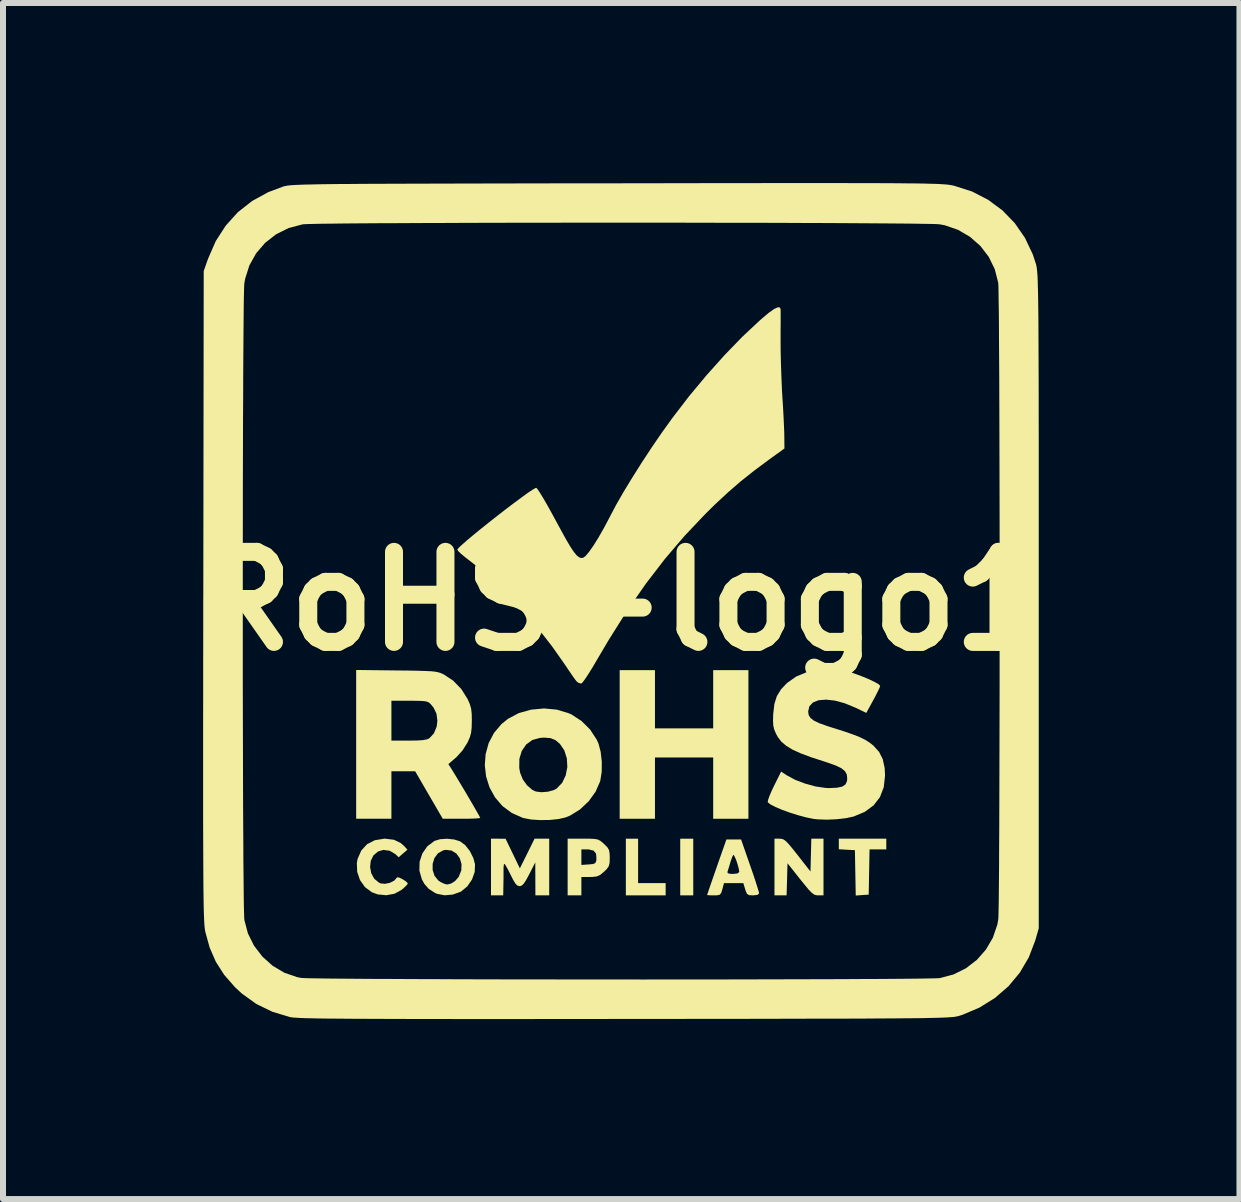
<source format=kicad_pcb>
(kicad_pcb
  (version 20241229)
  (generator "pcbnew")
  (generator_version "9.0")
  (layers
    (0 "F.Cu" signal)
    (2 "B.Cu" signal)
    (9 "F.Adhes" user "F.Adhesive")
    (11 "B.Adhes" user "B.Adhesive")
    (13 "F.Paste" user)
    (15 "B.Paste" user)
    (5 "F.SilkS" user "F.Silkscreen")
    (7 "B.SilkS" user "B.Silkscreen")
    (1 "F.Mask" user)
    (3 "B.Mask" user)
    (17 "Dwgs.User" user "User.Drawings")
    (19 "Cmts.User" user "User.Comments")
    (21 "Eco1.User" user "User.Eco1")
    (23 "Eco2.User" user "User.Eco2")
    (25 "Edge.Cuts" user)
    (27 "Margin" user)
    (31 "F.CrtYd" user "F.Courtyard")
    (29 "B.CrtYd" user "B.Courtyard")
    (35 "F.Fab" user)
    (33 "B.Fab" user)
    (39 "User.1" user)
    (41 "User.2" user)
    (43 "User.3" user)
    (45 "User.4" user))
  (footprint "RoHS-logo1"
    (layer "F.Cu")
    (at 7.3 6.966)
    (property "Reference" "RoHS-logo1" (at 0 0 0) (layer "F.SilkS") (effects (font (size 1.5 1.5) (thickness 0.3))))
    (attr board_only exclude_from_pos_files exclude_from_bom)
    (fp_poly (pts (xy 1.2 4.429) (xy 1.2 4.901) (xy 1.091 4.901) (xy 0.983 4.901) (xy 0.983 4.429) (xy 0.983 3.957) (xy 1.091 3.957) (xy 1.2 3.957)) (stroke (width 0) (type solid)) (fill yes) (layer "F.SilkS"))
    (fp_poly (pts (xy 0.281 4.327) (xy 0.281 4.697) (xy 0.511 4.697) (xy 0.74 4.697) (xy 0.74 4.799) (xy 0.74 4.901) (xy 0.408 4.901) (xy 0.077 4.901) (xy 0.077 4.429) (xy 0.077 3.957) (xy 0.179 3.957) (xy 0.281 3.957)) (stroke (width 0) (type solid)) (fill yes) (layer "F.SilkS"))
    (fp_poly (pts (xy 4.416 4.046) (xy 4.416 4.135) (xy 4.277 4.135) (xy 4.137 4.135) (xy 4.13 4.512) (xy 4.123 4.889) (xy 4.015 4.896) (xy 3.907 4.904) (xy 3.9 4.526) (xy 3.893 4.148) (xy 3.759 4.141) (xy 3.625 4.133) (xy 3.625 4.045) (xy 3.625 3.957) (xy 4.021 3.957) (xy 4.416 3.957)) (stroke (width 0) (type solid)) (fill yes) (layer "F.SilkS"))
    (fp_poly (pts (xy 0.562 1.634) (xy 0.562 2.119) (xy 1.047 2.119) (xy 1.532 2.119) (xy 1.532 1.634) (xy 1.532 1.149) (xy 1.825 1.149) (xy 2.119 1.149) (xy 2.119 2.387) (xy 2.119 3.625) (xy 1.825 3.625) (xy 1.532 3.625) (xy 1.532 3.114) (xy 1.532 2.604) (xy 1.047 2.604) (xy 0.562 2.604) (xy 0.562 3.114) (xy 0.562 3.625) (xy 0.268 3.625) (xy -0.026 3.625) (xy -0.026 2.387) (xy -0.026 1.149) (xy 0.268 1.149) (xy 0.562 1.149)) (stroke (width 0) (type solid)) (fill yes) (layer "F.SilkS"))
    (fp_poly (pts (xy 2.676 3.96) (xy 2.71 3.973) (xy 2.749 4.003) (xy 2.799 4.057) (xy 2.867 4.139) (xy 2.939 4.23) (xy 3.153 4.504) (xy 3.16 4.23) (xy 3.167 3.957) (xy 3.268 3.957) (xy 3.37 3.957) (xy 3.37 4.429) (xy 3.37 4.901) (xy 3.282 4.901) (xy 3.244 4.898) (xy 3.209 4.885) (xy 3.171 4.855) (xy 3.12 4.803) (xy 3.052 4.72) (xy 2.982 4.634) (xy 2.77 4.366) (xy 2.763 4.634) (xy 2.755 4.901) (xy 2.654 4.901) (xy 2.553 4.901) (xy 2.553 4.429) (xy 2.553 3.957) (xy 2.639 3.957)) (stroke (width 0) (type solid)) (fill yes) (layer "F.SilkS"))
    (fp_poly (pts (xy -1.2 4.429) (xy -1.2 4.901) (xy -1.315 4.901) (xy -1.43 4.901) (xy -1.431 4.627) (xy -1.432 4.352) (xy -1.533 4.55) (xy -1.587 4.65) (xy -1.627 4.71) (xy -1.661 4.74) (xy -1.693 4.748) (xy -1.728 4.739) (xy -1.762 4.707) (xy -1.801 4.642) (xy -1.839 4.567) (xy -1.882 4.481) (xy -1.919 4.414) (xy -1.941 4.378) (xy -1.944 4.376) (xy -1.956 4.39) (xy -1.961 4.44) (xy -1.961 4.448) (xy -1.961 4.516) (xy -1.961 4.614) (xy -1.963 4.716) (xy -1.966 4.901) (xy -2.068 4.901) (xy -2.17 4.901) (xy -2.17 4.429) (xy -2.17 3.957) (xy -2.049 3.957) (xy -1.927 3.958) (xy -1.808 4.204) (xy -1.689 4.451) (xy -1.566 4.204) (xy -1.444 3.957) (xy -1.322 3.957) (xy -1.2 3.957)) (stroke (width 0) (type solid)) (fill yes) (layer "F.SilkS"))
    (fp_poly (pts (xy -0.521 3.957) (xy -0.443 3.961) (xy -0.39 3.971) (xy -0.35 3.991) (xy -0.31 4.023) (xy -0.287 4.044) (xy -0.232 4.099) (xy -0.203 4.147) (xy -0.193 4.21) (xy -0.191 4.276) (xy -0.194 4.362) (xy -0.209 4.418) (xy -0.244 4.466) (xy -0.287 4.508) (xy -0.35 4.56) (xy -0.408 4.586) (xy -0.483 4.594) (xy -0.523 4.595) (xy -0.664 4.595) (xy -0.664 4.748) (xy -0.664 4.901) (xy -0.779 4.901) (xy -0.893 4.901) (xy -0.893 4.429) (xy -0.893 4.265) (xy -0.664 4.265) (xy -0.664 4.394) (xy -0.542 4.386) (xy -0.469 4.379) (xy -0.432 4.363) (xy -0.417 4.329) (xy -0.413 4.293) (xy -0.419 4.207) (xy -0.46 4.156) (xy -0.541 4.136) (xy -0.565 4.135) (xy -0.664 4.135) (xy -0.664 4.265) (xy -0.893 4.265) (xy -0.893 3.957) (xy -0.638 3.957)) (stroke (width 0) (type solid)) (fill yes) (layer "F.SilkS"))
    (fp_poly (pts (xy -3.786 3.975) (xy -3.671 4.031) (xy -3.612 4.084) (xy -3.562 4.14) (xy -3.635 4.203) (xy -3.708 4.266) (xy -3.763 4.214) (xy -3.857 4.158) (xy -3.962 4.144) (xy -4.052 4.17) (xy -4.129 4.236) (xy -4.173 4.326) (xy -4.184 4.43) (xy -4.165 4.533) (xy -4.115 4.624) (xy -4.036 4.689) (xy -4.011 4.701) (xy -3.937 4.709) (xy -3.854 4.692) (xy -3.784 4.657) (xy -3.755 4.626) (xy -3.736 4.602) (xy -3.707 4.602) (xy -3.654 4.626) (xy -3.64 4.634) (xy -3.584 4.67) (xy -3.557 4.701) (xy -3.556 4.708) (xy -3.58 4.737) (xy -3.629 4.784) (xy -3.659 4.809) (xy -3.777 4.874) (xy -3.915 4.899) (xy -4.057 4.885) (xy -4.155 4.849) (xy -4.269 4.764) (xy -4.352 4.647) (xy -4.399 4.51) (xy -4.405 4.364) (xy -4.393 4.295) (xy -4.331 4.154) (xy -4.235 4.049) (xy -4.107 3.983) (xy -3.95 3.957) (xy -3.931 3.957)) (stroke (width 0) (type solid)) (fill yes) (layer "F.SilkS"))
    (fp_poly (pts (xy -2.785 3.97) (xy -2.687 4) (xy -2.6 4.064) (xy -2.522 4.163) (xy -2.463 4.282) (xy -2.436 4.383) (xy -2.441 4.51) (xy -2.486 4.637) (xy -2.564 4.751) (xy -2.666 4.835) (xy -2.678 4.842) (xy -2.807 4.888) (xy -2.943 4.9) (xy -3.067 4.876) (xy -3.102 4.861) (xy -3.207 4.793) (xy -3.28 4.71) (xy -3.322 4.633) (xy -3.363 4.488) (xy -3.36 4.376) (xy -3.142 4.376) (xy -3.142 4.48) (xy -3.11 4.576) (xy -3.047 4.654) (xy -3.004 4.682) (xy -2.941 4.711) (xy -2.899 4.72) (xy -2.855 4.71) (xy -2.822 4.698) (xy -2.765 4.659) (xy -2.712 4.598) (xy -2.706 4.589) (xy -2.664 4.483) (xy -2.661 4.378) (xy -2.69 4.282) (xy -2.747 4.204) (xy -2.826 4.155) (xy -2.921 4.143) (xy -2.966 4.151) (xy -3.053 4.2) (xy -3.112 4.279) (xy -3.142 4.376) (xy -3.36 4.376) (xy -3.359 4.34) (xy -3.313 4.202) (xy -3.23 4.083) (xy -3.111 3.994) (xy -3.109 3.993) (xy -3.019 3.966) (xy -2.903 3.958)) (stroke (width 0) (type solid)) (fill yes) (layer "F.SilkS"))
    (fp_poly (pts (xy 2.147 4.401) (xy 2.196 4.542) (xy 2.238 4.668) (xy 2.27 4.77) (xy 2.291 4.839) (xy 2.297 4.867) (xy 2.274 4.892) (xy 2.203 4.901) (xy 2.196 4.901) (xy 2.131 4.898) (xy 2.096 4.877) (xy 2.073 4.825) (xy 2.065 4.799) (xy 2.034 4.697) (xy 1.873 4.697) (xy 1.712 4.697) (xy 1.685 4.799) (xy 1.665 4.862) (xy 1.639 4.892) (xy 1.589 4.901) (xy 1.543 4.901) (xy 1.475 4.9) (xy 1.435 4.897) (xy 1.43 4.895) (xy 1.439 4.87) (xy 1.461 4.804) (xy 1.495 4.706) (xy 1.538 4.581) (xy 1.564 4.508) (xy 1.77 4.508) (xy 1.774 4.532) (xy 1.815 4.542) (xy 1.861 4.544) (xy 1.937 4.536) (xy 1.965 4.513) (xy 1.966 4.51) (xy 1.958 4.458) (xy 1.94 4.389) (xy 1.917 4.318) (xy 1.892 4.26) (xy 1.873 4.228) (xy 1.866 4.228) (xy 1.848 4.265) (xy 1.824 4.331) (xy 1.815 4.362) (xy 1.793 4.437) (xy 1.774 4.496) (xy 1.77 4.508) (xy 1.564 4.508) (xy 1.588 4.439) (xy 1.591 4.429) (xy 1.752 3.97) (xy 1.874 3.97) (xy 1.997 3.97)) (stroke (width 0) (type solid)) (fill yes) (layer "F.SilkS"))
    (fp_poly (pts (xy -1.072 1.807) (xy -0.872 1.868) (xy -0.829 1.887) (xy -0.662 1.996) (xy -0.518 2.139) (xy -0.409 2.306) (xy -0.378 2.374) (xy -0.342 2.512) (xy -0.324 2.675) (xy -0.325 2.84) (xy -0.348 2.986) (xy -0.352 3.002) (xy -0.427 3.174) (xy -0.542 3.333) (xy -0.686 3.469) (xy -0.85 3.571) (xy -0.928 3.603) (xy -1.045 3.63) (xy -1.193 3.645) (xy -1.352 3.647) (xy -1.504 3.637) (xy -1.628 3.613) (xy -1.637 3.611) (xy -1.823 3.529) (xy -1.979 3.413) (xy -2.103 3.268) (xy -2.194 3.103) (xy -2.251 2.923) (xy -2.268 2.778) (xy -1.699 2.778) (xy -1.685 2.857) (xy -1.641 2.968) (xy -1.569 3.068) (xy -1.482 3.143) (xy -1.424 3.171) (xy -1.33 3.183) (xy -1.221 3.174) (xy -1.122 3.147) (xy -1.076 3.122) (xy -0.984 3.026) (xy -0.925 2.902) (xy -0.898 2.762) (xy -0.906 2.619) (xy -0.948 2.486) (xy -1.021 2.378) (xy -1.097 2.314) (xy -1.18 2.281) (xy -1.287 2.273) (xy -1.355 2.278) (xy -1.482 2.313) (xy -1.584 2.388) (xy -1.657 2.495) (xy -1.697 2.627) (xy -1.699 2.778) (xy -2.268 2.778) (xy -2.273 2.735) (xy -2.259 2.547) (xy -2.209 2.365) (xy -2.12 2.195) (xy -1.993 2.045) (xy -1.887 1.96) (xy -1.706 1.864) (xy -1.501 1.807) (xy -1.286 1.787)) (stroke (width 0) (type solid)) (fill yes) (layer "F.SilkS"))
    (fp_poly (pts (xy -3.746 1.154) (xy -3.543 1.156) (xy -3.384 1.159) (xy -3.262 1.163) (xy -3.171 1.167) (xy -3.103 1.174) (xy -3.052 1.184) (xy -3.011 1.196) (xy -2.974 1.212) (xy -2.956 1.221) (xy -2.801 1.323) (xy -2.664 1.464) (xy -2.56 1.63) (xy -2.523 1.713) (xy -2.501 1.789) (xy -2.491 1.876) (xy -2.489 1.991) (xy -2.492 2.109) (xy -2.502 2.196) (xy -2.524 2.272) (xy -2.561 2.355) (xy -2.644 2.486) (xy -2.748 2.601) (xy -2.757 2.608) (xy -2.88 2.715) (xy -2.821 2.806) (xy -2.779 2.875) (xy -2.722 2.969) (xy -2.656 3.079) (xy -2.586 3.196) (xy -2.517 3.314) (xy -2.454 3.422) (xy -2.402 3.513) (xy -2.365 3.579) (xy -2.349 3.61) (xy -2.349 3.611) (xy -2.372 3.616) (xy -2.438 3.621) (xy -2.534 3.624) (xy -2.653 3.625) (xy -2.661 3.625) (xy -2.974 3.624) (xy -3.204 3.229) (xy -3.433 2.834) (xy -3.631 2.834) (xy -3.829 2.834) (xy -3.829 3.229) (xy -3.829 3.625) (xy -4.123 3.625) (xy -4.416 3.625) (xy -4.416 2.386) (xy -4.416 1.991) (xy -3.829 1.991) (xy -3.829 2.323) (xy -3.541 2.323) (xy -3.402 2.321) (xy -3.304 2.315) (xy -3.239 2.303) (xy -3.197 2.284) (xy -3.196 2.283) (xy -3.12 2.201) (xy -3.074 2.087) (xy -3.063 1.991) (xy -3.078 1.874) (xy -3.126 1.774) (xy -3.173 1.717) (xy -3.199 1.692) (xy -3.23 1.676) (xy -3.277 1.666) (xy -3.35 1.661) (xy -3.459 1.659) (xy -3.527 1.659) (xy -3.829 1.659) (xy -3.829 1.991) (xy -4.416 1.991) (xy -4.416 1.146)) (stroke (width 0) (type solid)) (fill yes) (layer "F.SilkS"))
    (fp_poly (pts (xy 3.717 1.157) (xy 3.811 1.182) (xy 3.92 1.218) (xy 4.033 1.261) (xy 4.139 1.306) (xy 4.228 1.349) (xy 4.29 1.385) (xy 4.314 1.411) (xy 4.314 1.411) (xy 4.303 1.444) (xy 4.272 1.509) (xy 4.227 1.597) (xy 4.199 1.649) (xy 4.083 1.861) (xy 3.897 1.772) (xy 3.721 1.7) (xy 3.557 1.656) (xy 3.412 1.64) (xy 3.289 1.65) (xy 3.195 1.687) (xy 3.135 1.75) (xy 3.114 1.838) (xy 3.123 1.897) (xy 3.153 1.946) (xy 3.21 1.99) (xy 3.302 2.034) (xy 3.435 2.081) (xy 3.515 2.107) (xy 3.707 2.167) (xy 3.857 2.219) (xy 3.974 2.265) (xy 4.065 2.31) (xy 4.139 2.357) (xy 4.2 2.405) (xy 4.296 2.511) (xy 4.357 2.632) (xy 4.389 2.781) (xy 4.395 2.905) (xy 4.374 3.099) (xy 4.31 3.265) (xy 4.204 3.402) (xy 4.057 3.51) (xy 3.871 3.588) (xy 3.745 3.615) (xy 3.59 3.633) (xy 3.426 3.64) (xy 3.275 3.635) (xy 3.203 3.627) (xy 3.081 3.602) (xy 2.947 3.566) (xy 2.81 3.523) (xy 2.68 3.476) (xy 2.569 3.429) (xy 2.486 3.386) (xy 2.442 3.351) (xy 2.441 3.349) (xy 2.445 3.316) (xy 2.468 3.249) (xy 2.507 3.158) (xy 2.544 3.08) (xy 2.664 2.839) (xy 2.76 2.902) (xy 2.897 2.976) (xy 3.064 3.039) (xy 3.239 3.087) (xy 3.403 3.111) (xy 3.459 3.114) (xy 3.593 3.108) (xy 3.683 3.089) (xy 3.737 3.052) (xy 3.762 2.995) (xy 3.765 2.949) (xy 3.757 2.884) (xy 3.726 2.831) (xy 3.668 2.783) (xy 3.574 2.738) (xy 3.44 2.69) (xy 3.379 2.67) (xy 3.161 2.599) (xy 2.987 2.534) (xy 2.851 2.472) (xy 2.747 2.408) (xy 2.668 2.341) (xy 2.61 2.265) (xy 2.579 2.209) (xy 2.549 2.139) (xy 2.533 2.072) (xy 2.529 1.991) (xy 2.532 1.881) (xy 2.551 1.715) (xy 2.592 1.583) (xy 2.662 1.469) (xy 2.763 1.362) (xy 2.914 1.256) (xy 3.096 1.18) (xy 3.301 1.138) (xy 3.518 1.131)) (stroke (width 0) (type solid)) (fill yes) (layer "F.SilkS"))
    (fp_poly (pts (xy 2.646 -4.891) (xy 2.656 -4.857) (xy 2.656 -4.817) (xy 2.656 -4.736) (xy 2.656 -4.623) (xy 2.655 -4.485) (xy 2.655 -4.356) (xy 2.656 -4.169) (xy 2.661 -3.952) (xy 2.669 -3.726) (xy 2.678 -3.513) (xy 2.684 -3.412) (xy 2.695 -3.244) (xy 2.704 -3.078) (xy 2.711 -2.929) (xy 2.716 -2.807) (xy 2.717 -2.733) (xy 2.719 -2.544) (xy 2.486 -2.376) (xy 2.223 -2.181) (xy 1.99 -1.996) (xy 1.772 -1.807) (xy 1.552 -1.602) (xy 1.404 -1.456) (xy 1.056 -1.089) (xy 0.726 -0.702) (xy 0.408 -0.288) (xy 0.097 0.16) (xy -0.21 0.648) (xy -0.4 0.97) (xy -0.475 1.098) (xy -0.544 1.209) (xy -0.602 1.297) (xy -0.645 1.354) (xy -0.666 1.373) (xy -0.712 1.361) (xy -0.745 1.335) (xy -0.774 1.297) (xy -0.824 1.226) (xy -0.888 1.132) (xy -0.96 1.025) (xy -0.965 1.018) (xy -1.156 0.748) (xy -1.37 0.473) (xy -1.6 0.202) (xy -1.839 -0.056) (xy -2.077 -0.293) (xy -2.307 -0.501) (xy -2.495 -0.651) (xy -2.589 -0.723) (xy -2.665 -0.786) (xy -2.715 -0.834) (xy -2.731 -0.858) (xy -2.712 -0.885) (xy -2.657 -0.937) (xy -2.573 -1.011) (xy -2.466 -1.101) (xy -2.341 -1.203) (xy -2.205 -1.312) (xy -2.064 -1.423) (xy -1.922 -1.533) (xy -1.787 -1.635) (xy -1.664 -1.726) (xy -1.56 -1.802) (xy -1.479 -1.856) (xy -1.428 -1.885) (xy -1.416 -1.889) (xy -1.395 -1.867) (xy -1.355 -1.807) (xy -1.298 -1.714) (xy -1.229 -1.595) (xy -1.152 -1.456) (xy -1.107 -1.373) (xy -1.001 -1.178) (xy -0.916 -1.024) (xy -0.847 -0.907) (xy -0.791 -0.823) (xy -0.745 -0.766) (xy -0.707 -0.734) (xy -0.672 -0.72) (xy -0.639 -0.722) (xy -0.635 -0.723) (xy -0.594 -0.753) (xy -0.535 -0.823) (xy -0.463 -0.926) (xy -0.381 -1.057) (xy -0.294 -1.209) (xy -0.205 -1.376) (xy -0.18 -1.425) (xy -0.083 -1.608) (xy 0.039 -1.821) (xy 0.182 -2.056) (xy 0.338 -2.303) (xy 0.502 -2.553) (xy 0.668 -2.796) (xy 0.831 -3.023) (xy 0.851 -3.051) (xy 1.129 -3.413) (xy 1.421 -3.764) (xy 1.719 -4.097) (xy 2.014 -4.402) (xy 2.299 -4.669) (xy 2.335 -4.701) (xy 2.457 -4.804) (xy 2.549 -4.869) (xy 2.611 -4.897)) (stroke (width 0) (type solid)) (fill yes) (layer "F.SilkS"))
    (fp_poly (pts (xy 3.63 -6.966) (xy 3.916 -6.965) (xy 4.17 -6.965) (xy 4.394 -6.964) (xy 4.59 -6.963) (xy 4.76 -6.961) (xy 4.907 -6.96) (xy 5.032 -6.958) (xy 5.137 -6.955) (xy 5.226 -6.953) (xy 5.299 -6.95) (xy 5.358 -6.946) (xy 5.407 -6.943) (xy 5.447 -6.939) (xy 5.48 -6.934) (xy 5.508 -6.929) (xy 5.534 -6.924) (xy 5.553 -6.919) (xy 5.846 -6.825) (xy 6.113 -6.687) (xy 6.352 -6.51) (xy 6.557 -6.298) (xy 6.727 -6.052) (xy 6.857 -5.777) (xy 6.91 -5.616) (xy 6.915 -5.596) (xy 6.92 -5.572) (xy 6.924 -5.543) (xy 6.928 -5.507) (xy 6.932 -5.462) (xy 6.936 -5.406) (xy 6.939 -5.336) (xy 6.941 -5.25) (xy 6.944 -5.147) (xy 6.946 -5.025) (xy 6.948 -4.88) (xy 6.95 -4.712) (xy 6.951 -4.518) (xy 6.952 -4.296) (xy 6.953 -4.044) (xy 6.954 -3.759) (xy 6.955 -3.441) (xy 6.955 -3.086) (xy 6.956 -2.693) (xy 6.956 -2.26) (xy 6.956 -1.784) (xy 6.956 -1.264) (xy 6.956 -0.696) (xy 6.956 -0.081) (xy 6.956 0) (xy 6.956 5.45) (xy 6.898 5.652) (xy 6.791 5.932) (xy 6.641 6.188) (xy 6.452 6.415) (xy 6.227 6.61) (xy 5.97 6.77) (xy 5.685 6.891) (xy 5.629 6.909) (xy 5.61 6.914) (xy 5.587 6.919) (xy 5.559 6.924) (xy 5.524 6.928) (xy 5.479 6.931) (xy 5.422 6.935) (xy 5.351 6.938) (xy 5.265 6.941) (xy 5.161 6.943) (xy 5.037 6.946) (xy 4.891 6.948) (xy 4.721 6.949) (xy 4.524 6.951) (xy 4.3 6.952) (xy 4.045 6.954) (xy 3.757 6.955) (xy 3.435 6.956) (xy 3.077 6.956) (xy 2.68 6.957) (xy 2.242 6.958) (xy 1.761 6.959) (xy 1.235 6.959) (xy 0.663 6.96) (xy 0.064 6.96) (xy -0.569 6.961) (xy -1.152 6.961) (xy -1.688 6.962) (xy -2.179 6.962) (xy -2.627 6.962) (xy -3.034 6.961) (xy -3.401 6.961) (xy -3.731 6.96) (xy -4.026 6.959) (xy -4.287 6.958) (xy -4.517 6.957) (xy -4.717 6.955) (xy -4.89 6.954) (xy -5.037 6.952) (xy -5.161 6.949) (xy -5.263 6.947) (xy -5.345 6.944) (xy -5.41 6.94) (xy -5.459 6.937) (xy -5.494 6.933) (xy -5.514 6.93) (xy -5.811 6.841) (xy -6.079 6.711) (xy -6.321 6.537) (xy -6.436 6.43) (xy -6.616 6.224) (xy -6.754 6.008) (xy -6.857 5.771) (xy -6.928 5.514) (xy -6.933 5.489) (xy -6.938 5.458) (xy -6.942 5.42) (xy -6.946 5.372) (xy -6.949 5.313) (xy -6.952 5.239) (xy -6.955 5.15) (xy -6.957 5.043) (xy -6.959 4.915) (xy -6.961 4.765) (xy -6.962 4.592) (xy -6.963 4.391) (xy -6.964 4.163) (xy -6.965 3.904) (xy -6.966 3.612) (xy -6.966 3.286) (xy -6.966 2.924) (xy -6.966 2.522) (xy -6.966 2.08) (xy -6.965 1.594) (xy -6.965 1.064) (xy -6.964 0.487) (xy -6.964 -0.014) (xy -6.305 -0.014) (xy -6.305 0.442) (xy -6.305 0.894) (xy -6.305 1.341) (xy -6.304 1.779) (xy -6.303 2.205) (xy -6.302 2.616) (xy -6.301 3.009) (xy -6.3 3.382) (xy -6.298 3.731) (xy -6.296 4.053) (xy -6.295 4.345) (xy -6.292 4.605) (xy -6.29 4.829) (xy -6.288 5.014) (xy -6.285 5.157) (xy -6.282 5.256) (xy -6.279 5.307) (xy -6.279 5.31) (xy -6.22 5.534) (xy -6.118 5.74) (xy -5.978 5.922) (xy -5.808 6.074) (xy -5.613 6.19) (xy -5.398 6.264) (xy -5.335 6.276) (xy -5.293 6.279) (xy -5.202 6.282) (xy -5.066 6.284) (xy -4.888 6.287) (xy -4.671 6.289) (xy -4.418 6.291) (xy -4.131 6.293) (xy -3.815 6.294) (xy -3.47 6.296) (xy -3.102 6.297) (xy -2.712 6.299) (xy -2.304 6.3) (xy -1.881 6.301) (xy -1.445 6.301) (xy -1 6.302) (xy -0.548 6.302) (xy -0.093 6.302) (xy 0.363 6.303) (xy 0.816 6.302) (xy 1.264 6.302) (xy 1.704 6.302) (xy 2.132 6.301) (xy 2.546 6.3) (xy 2.942 6.299) (xy 3.318 6.298) (xy 3.671 6.297) (xy 3.998 6.295) (xy 4.295 6.294) (xy 4.561 6.292) (xy 4.791 6.29) (xy 4.983 6.288) (xy 5.134 6.285) (xy 5.241 6.283) (xy 5.301 6.28) (xy 5.31 6.279) (xy 5.536 6.219) (xy 5.743 6.116) (xy 5.925 5.976) (xy 6.076 5.804) (xy 6.192 5.606) (xy 6.266 5.388) (xy 6.281 5.305) (xy 6.284 5.261) (xy 6.286 5.169) (xy 6.289 5.031) (xy 6.291 4.852) (xy 6.293 4.634) (xy 6.295 4.379) (xy 6.296 4.091) (xy 6.298 3.774) (xy 6.299 3.429) (xy 6.3 3.059) (xy 6.301 2.669) (xy 6.302 2.26) (xy 6.303 1.836) (xy 6.304 1.4) (xy 6.304 0.955) (xy 6.304 0.503) (xy 6.304 0.048) (xy 6.304 -0.408) (xy 6.304 -0.861) (xy 6.304 -1.308) (xy 6.303 -1.746) (xy 6.302 -2.173) (xy 6.301 -2.585) (xy 6.3 -2.98) (xy 6.299 -3.354) (xy 6.298 -3.705) (xy 6.296 -4.029) (xy 6.294 -4.323) (xy 6.293 -4.585) (xy 6.291 -4.812) (xy 6.288 -5) (xy 6.286 -5.147) (xy 6.284 -5.249) (xy 6.281 -5.304) (xy 6.28 -5.309) (xy 6.223 -5.532) (xy 6.122 -5.738) (xy 5.983 -5.919) (xy 5.811 -6.07) (xy 5.611 -6.187) (xy 5.39 -6.263) (xy 5.31 -6.278) (xy 5.265 -6.282) (xy 5.171 -6.285) (xy 5.033 -6.287) (xy 4.852 -6.29) (xy 4.633 -6.292) (xy 4.377 -6.294) (xy 4.088 -6.296) (xy 3.769 -6.298) (xy 3.423 -6.3) (xy 3.053 -6.301) (xy 2.662 -6.303) (xy 2.252 -6.304) (xy 1.828 -6.304) (xy 1.391 -6.305) (xy 0.944 -6.306) (xy 0.492 -6.306) (xy 0.037 -6.306) (xy -0.419 -6.306) (xy -0.872 -6.306) (xy -1.32 -6.305) (xy -1.758 -6.305) (xy -2.185 -6.304) (xy -2.597 -6.303) (xy -2.992 -6.301) (xy -3.366 -6.3) (xy -3.716 -6.298) (xy -4.039 -6.297) (xy -4.333 -6.295) (xy -4.594 -6.293) (xy -4.82 -6.29) (xy -5.007 -6.288) (xy -5.152 -6.285) (xy -5.253 -6.282) (xy -5.306 -6.279) (xy -5.31 -6.278) (xy -5.541 -6.217) (xy -5.75 -6.113) (xy -5.932 -5.971) (xy -6.082 -5.797) (xy -6.195 -5.595) (xy -6.266 -5.371) (xy -6.279 -5.297) (xy -6.282 -5.25) (xy -6.285 -5.155) (xy -6.288 -5.016) (xy -6.29 -4.834) (xy -6.292 -4.614) (xy -6.294 -4.357) (xy -6.296 -4.067) (xy -6.298 -3.748) (xy -6.299 -3.401) (xy -6.301 -3.03) (xy -6.302 -2.639) (xy -6.303 -2.229) (xy -6.304 -1.804) (xy -6.304 -1.367) (xy -6.305 -0.921) (xy -6.305 -0.469) (xy -6.305 -0.014) (xy -6.964 -0.014) (xy -6.963 -0.089) (xy -6.956 -5.501) (xy -6.884 -5.705) (xy -6.756 -5.998) (xy -6.589 -6.257) (xy -6.387 -6.481) (xy -6.15 -6.667) (xy -5.88 -6.815) (xy -5.629 -6.909) (xy -5.61 -6.914) (xy -5.587 -6.919) (xy -5.558 -6.924) (xy -5.522 -6.928) (xy -5.477 -6.932) (xy -5.419 -6.935) (xy -5.348 -6.938) (xy -5.261 -6.941) (xy -5.155 -6.943) (xy -5.03 -6.946) (xy -4.882 -6.948) (xy -4.71 -6.95) (xy -4.512 -6.951) (xy -4.285 -6.953) (xy -4.028 -6.954) (xy -3.739 -6.955) (xy -3.414 -6.956) (xy -3.053 -6.957) (xy -2.653 -6.958) (xy -2.212 -6.959) (xy -1.729 -6.96) (xy -1.2 -6.961) (xy -0.624 -6.962) (xy -0.068 -6.962) (xy 0.551 -6.963) (xy 1.121 -6.964) (xy 1.644 -6.965) (xy 2.122 -6.965) (xy 2.558 -6.966) (xy 2.953 -6.966) (xy 3.309 -6.966)) (stroke (width 0) (type solid)) (fill yes) (layer "F.SilkS")))
  (gr_rect
    (start -3 -3)
    (end 17.6 16.927)
    (stroke (width 0.1) (type default))
    (fill no)
    (layer "Edge.Cuts")))
</source>
